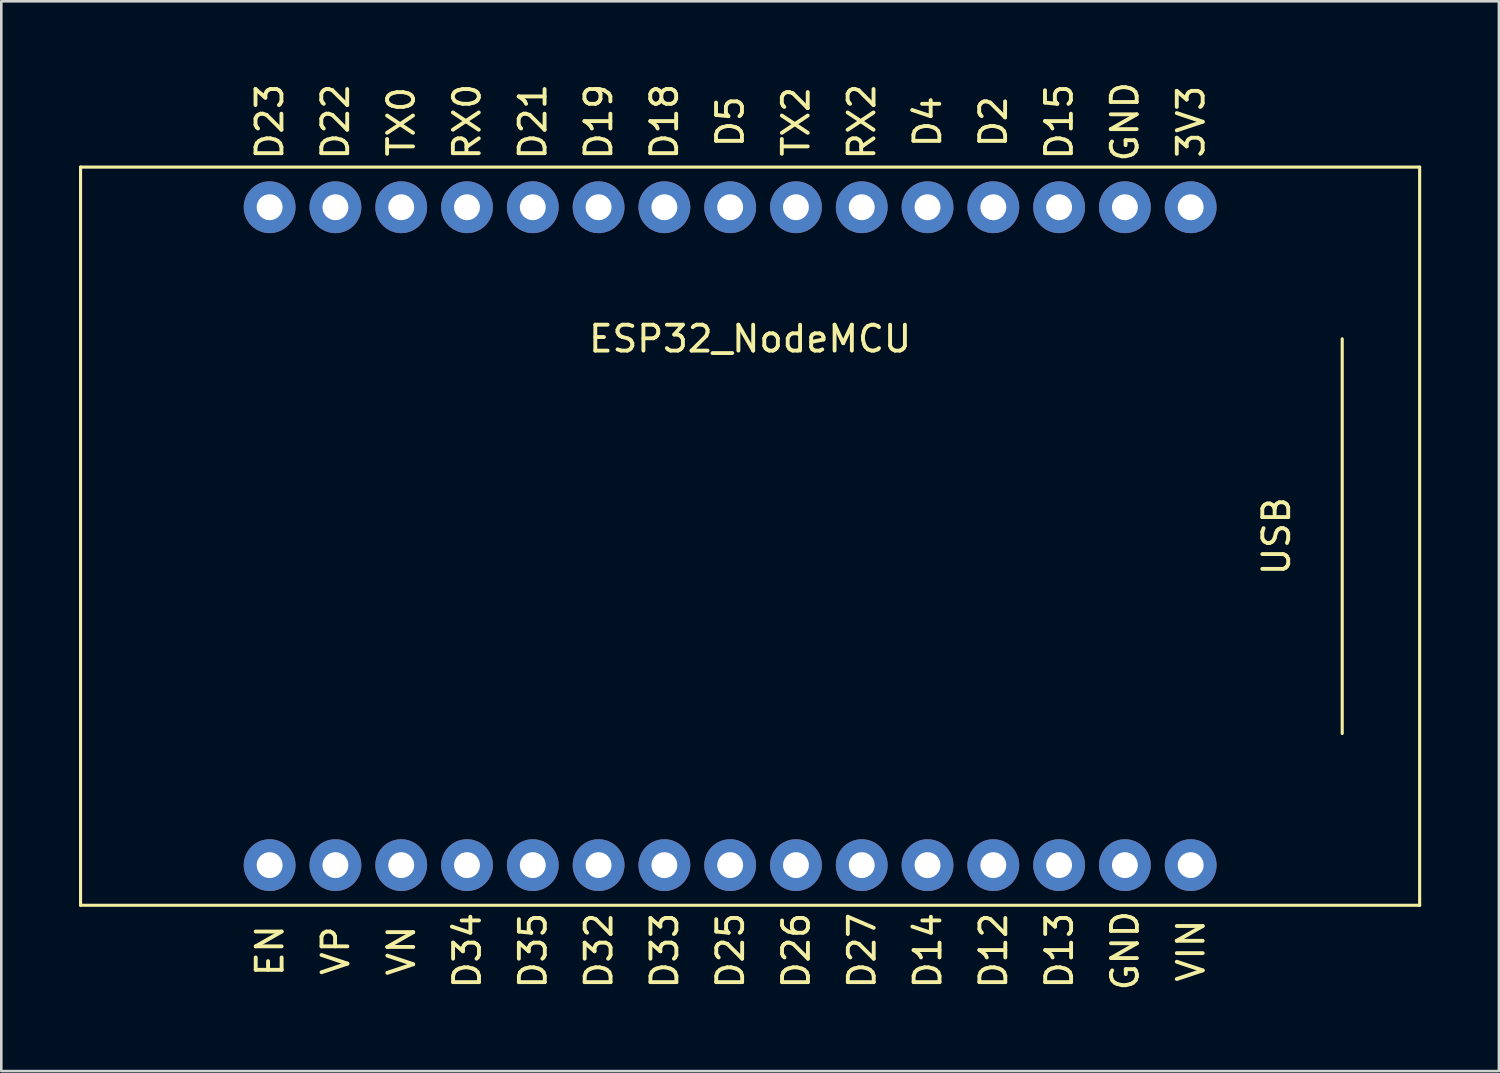
<source format=kicad_pcb>
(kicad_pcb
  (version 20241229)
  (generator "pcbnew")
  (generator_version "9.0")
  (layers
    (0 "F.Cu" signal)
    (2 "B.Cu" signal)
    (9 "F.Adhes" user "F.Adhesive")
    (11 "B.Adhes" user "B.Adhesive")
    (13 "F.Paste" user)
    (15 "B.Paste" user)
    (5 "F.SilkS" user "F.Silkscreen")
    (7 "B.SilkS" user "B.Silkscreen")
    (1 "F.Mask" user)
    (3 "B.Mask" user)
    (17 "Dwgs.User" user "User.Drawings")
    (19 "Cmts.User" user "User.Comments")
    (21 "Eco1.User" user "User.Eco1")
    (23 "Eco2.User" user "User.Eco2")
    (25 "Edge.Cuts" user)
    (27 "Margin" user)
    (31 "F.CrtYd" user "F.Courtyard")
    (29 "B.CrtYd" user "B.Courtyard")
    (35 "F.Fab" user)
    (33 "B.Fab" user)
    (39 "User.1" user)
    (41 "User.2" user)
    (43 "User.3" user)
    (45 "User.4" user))
  (footprint "ESP32_NodeMCU"
    (layer "F.Cu")
    (at 25.91 17.651)
    (property "Reference" "ESP32_NodeMCU" (at 0 -7.62 0) (layer "F.SilkS") (effects (font (size 1 1) (thickness 0.15))))
    (attr through_hole)
    (fp_line (start -25.85 -14.25) (end 25.85 -14.25) (stroke (width 0.12) (type solid)) (layer "F.SilkS"))
    (fp_line (start -25.85 14.25) (end -25.85 -14.25) (stroke (width 0.12) (type solid)) (layer "F.SilkS"))
    (fp_line (start 22.86 -7.62) (end 22.86 7.62) (stroke (width 0.12) (type solid)) (layer "F.SilkS"))
    (fp_line (start 25.85 -14.25) (end 25.85 14.25) (stroke (width 0.12) (type solid)) (layer "F.SilkS"))
    (fp_line (start 25.85 14.25) (end -25.85 14.25) (stroke (width 0.12) (type solid)) (layer "F.SilkS"))
    (fp_text user "D12" (at 9.398 16.002 90) (layer "F.SilkS") (effects (font (size 1 1) (thickness 0.15))))
    (fp_text user "D4" (at 6.85 -16.002 90) (layer "F.SilkS") (effects (font (size 1 1) (thickness 0.15))))
    (fp_text user "D32" (at -5.842 16.002 90) (layer "F.SilkS") (effects (font (size 1 1) (thickness 0.15))))
    (fp_text user "USB" (at 20.32 0 270) (layer "F.SilkS") (effects (font (size 1 1) (thickness 0.15))))
    (fp_text user "RX2" (at 4.31 -16.002 90) (layer "F.SilkS") (effects (font (size 1 1) (thickness 0.15))))
    (fp_text user "3V3" (at 17.018 -16.002 270) (layer "F.SilkS") (effects (font (size 1 1) (thickness 0.15))))
    (fp_text user "D21" (at -8.39 -16.002 90) (layer "F.SilkS") (effects (font (size 1 1) (thickness 0.15))))
    (fp_text user "D23" (at -18.55 -16.002 90) (layer "F.SilkS") (effects (font (size 1 1) (thickness 0.15))))
    (fp_text user "TX2" (at 1.77 -16.002 90) (layer "F.SilkS") (effects (font (size 1 1) (thickness 0.15))))
    (fp_text user "RX0" (at -10.93 -16.002 90) (layer "F.SilkS") (effects (font (size 1 1) (thickness 0.15))))
    (fp_text user "D15" (at 11.93 -16.002 90) (layer "F.SilkS") (effects (font (size 1 1) (thickness 0.15))))
    (fp_text user "D13" (at 11.938 16.002 90) (layer "F.SilkS") (effects (font (size 1 1) (thickness 0.15))))
    (fp_text user "VP" (at -16.002 16.002 90) (layer "F.SilkS") (effects (font (size 1 1) (thickness 0.15))))
    (fp_text user "D34" (at -10.922 16.002 90) (layer "F.SilkS") (effects (font (size 1 1) (thickness 0.15))))
    (fp_text user "D18" (at -3.31 -16.002 90) (layer "F.SilkS") (effects (font (size 1 1) (thickness 0.15))))
    (fp_text user "D22" (at -16.01 -16.002 90) (layer "F.SilkS") (effects (font (size 1 1) (thickness 0.15))))
    (fp_text user "D5" (at -0.77 -16.002 90) (layer "F.SilkS") (effects (font (size 1 1) (thickness 0.15))))
    (fp_text user "D25" (at -0.762 16.002 90) (layer "F.SilkS") (effects (font (size 1 1) (thickness 0.15))))
    (fp_text user "D19" (at -5.85 -16.002 90) (layer "F.SilkS") (effects (font (size 1 1) (thickness 0.15))))
    (fp_text user "D14" (at 6.858 16.002 90) (layer "F.SilkS") (effects (font (size 1 1) (thickness 0.15))))
    (fp_text user "D35" (at -8.382 16.002 90) (layer "F.SilkS") (effects (font (size 1 1) (thickness 0.15))))
    (fp_text user "EN" (at -18.542 16.002 90) (layer "F.SilkS") (effects (font (size 1 1) (thickness 0.15))))
    (fp_text user "D2" (at 9.39 -16.002 90) (layer "F.SilkS") (effects (font (size 1 1) (thickness 0.15))))
    (fp_text user "GND" (at 14.47 -16.002 90) (layer "F.SilkS") (effects (font (size 1 1) (thickness 0.15))))
    (fp_text user "VIN" (at 17.018 16.002 90) (layer "F.SilkS") (effects (font (size 1 1) (thickness 0.15))))
    (fp_text user "D26" (at 1.778 16.002 90) (layer "F.SilkS") (effects (font (size 1 1) (thickness 0.15))))
    (fp_text user "D27" (at 4.318 16.002 90) (layer "F.SilkS") (effects (font (size 1 1) (thickness 0.15))))
    (fp_text user "TX0" (at -13.47 -16.002 90) (layer "F.SilkS") (effects (font (size 1 1) (thickness 0.15))))
    (fp_text user "GND" (at 14.478 16.002 90) (layer "F.SilkS") (effects (font (size 1 1) (thickness 0.15))))
    (fp_text user "D33" (at -3.302 16.002 90) (layer "F.SilkS") (effects (font (size 1 1) (thickness 0.15))))
    (fp_text user "VN" (at -13.462 16.002 90) (layer "F.SilkS") (effects (font (size 1 1) (thickness 0.15))))
    (pad "1" thru_hole circle (at -18.55 -12.7) (size 2 2) (drill 1) (layers "*.Cu" "*.Mask"))
    (pad "2" thru_hole circle (at -16.01 -12.7) (size 2 2) (drill 1) (layers "*.Cu" "*.Mask"))
    (pad "3" thru_hole circle (at -13.47 -12.7) (size 2 2) (drill 1) (layers "*.Cu" "*.Mask"))
    (pad "4" thru_hole circle (at -10.93 -12.7) (size 2 2) (drill 1) (layers "*.Cu" "*.Mask"))
    (pad "5" thru_hole circle (at -8.39 -12.7) (size 2 2) (drill 1) (layers "*.Cu" "*.Mask"))
    (pad "6" thru_hole circle (at -5.85 -12.7) (size 2 2) (drill 1) (layers "*.Cu" "*.Mask"))
    (pad "7" thru_hole circle (at -3.31 -12.7) (size 2 2) (drill 1) (layers "*.Cu" "*.Mask"))
    (pad "8" thru_hole circle (at -0.77 -12.7) (size 2 2) (drill 1) (layers "*.Cu" "*.Mask"))
    (pad "9" thru_hole circle (at 1.77 -12.7) (size 2 2) (drill 1) (layers "*.Cu" "*.Mask"))
    (pad "10" thru_hole circle (at 4.31 -12.7) (size 2 2) (drill 1) (layers "*.Cu" "*.Mask"))
    (pad "11" thru_hole circle (at 6.85 -12.7) (size 2 2) (drill 1) (layers "*.Cu" "*.Mask"))
    (pad "12" thru_hole circle (at 9.39 -12.7) (size 2 2) (drill 1) (layers "*.Cu" "*.Mask"))
    (pad "13" thru_hole circle (at 11.93 -12.7) (size 2 2) (drill 1) (layers "*.Cu" "*.Mask"))
    (pad "14" thru_hole circle (at 14.47 -12.7) (size 2 2) (drill 1) (layers "*.Cu" "*.Mask"))
    (pad "15" thru_hole circle (at 17.01 -12.7) (size 2 2) (drill 1) (layers "*.Cu" "*.Mask"))
    (pad "16" thru_hole circle (at 17.01 12.7) (size 2 2) (drill 1) (layers "*.Cu" "*.Mask"))
    (pad "17" thru_hole circle (at 14.47 12.7) (size 2 2) (drill 1) (layers "*.Cu" "*.Mask"))
    (pad "18" thru_hole circle (at 11.93 12.7) (size 2 2) (drill 1) (layers "*.Cu" "*.Mask"))
    (pad "19" thru_hole circle (at 9.39 12.7) (size 2 2) (drill 1) (layers "*.Cu" "*.Mask"))
    (pad "20" thru_hole circle (at 6.85 12.7) (size 2 2) (drill 1) (layers "*.Cu" "*.Mask"))
    (pad "21" thru_hole circle (at 4.31 12.7) (size 2 2) (drill 1) (layers "*.Cu" "*.Mask"))
    (pad "22" thru_hole circle (at 1.77 12.7) (size 2 2) (drill 1) (layers "*.Cu" "*.Mask"))
    (pad "23" thru_hole circle (at -0.77 12.7) (size 2 2) (drill 1) (layers "*.Cu" "*.Mask"))
    (pad "24" thru_hole circle (at -3.31 12.7) (size 2 2) (drill 1) (layers "*.Cu" "*.Mask"))
    (pad "25" thru_hole circle (at -5.85 12.7) (size 2 2) (drill 1) (layers "*.Cu" "*.Mask"))
    (pad "26" thru_hole circle (at -8.39 12.7) (size 2 2) (drill 1) (layers "*.Cu" "*.Mask"))
    (pad "27" thru_hole circle (at -10.93 12.7) (size 2 2) (drill 1) (layers "*.Cu" "*.Mask"))
    (pad "28" thru_hole circle (at -13.47 12.7) (size 2 2) (drill 1) (layers "*.Cu" "*.Mask"))
    (pad "29" thru_hole circle (at -16.01 12.7) (size 2 2) (drill 1) (layers "*.Cu" "*.Mask"))
    (pad "30" thru_hole circle (at -18.55 12.7) (size 2 2) (drill 1) (layers "*.Cu" "*.Mask")))
  (gr_rect
    (start -3 -3)
    (end 54.82 38.302)
    (stroke (width 0.1) (type default))
    (fill no)
    (layer "Edge.Cuts")))
</source>
